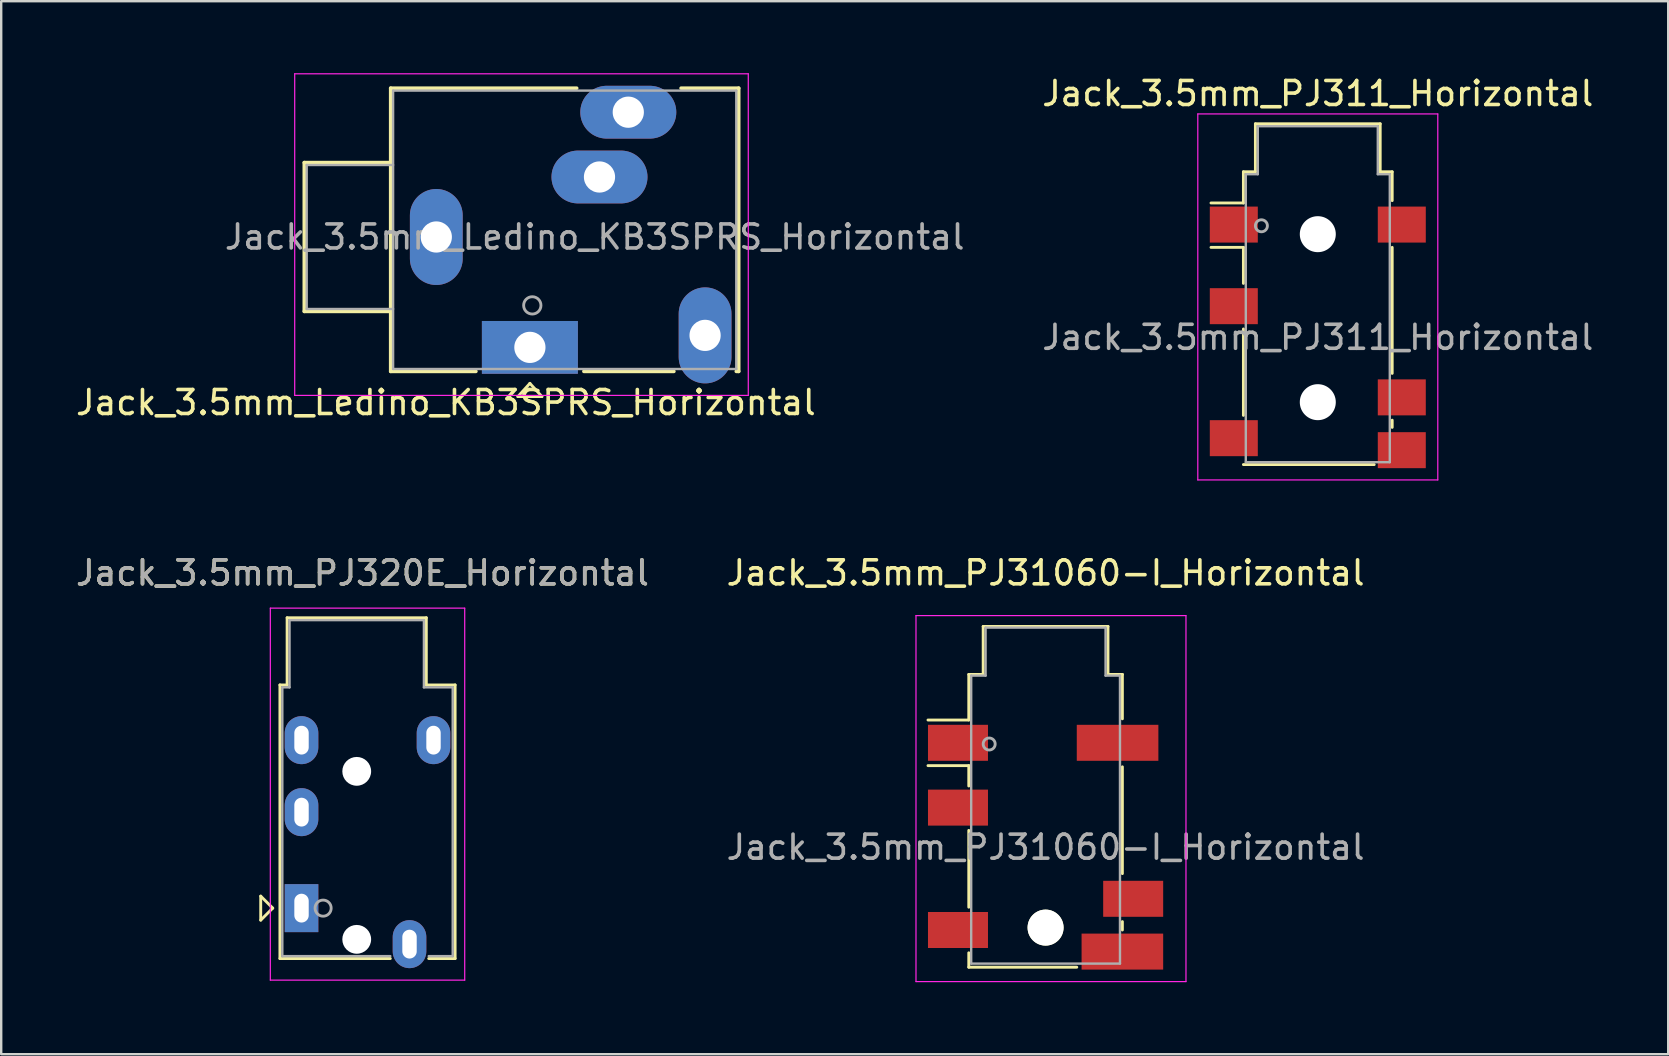
<source format=kicad_pcb>
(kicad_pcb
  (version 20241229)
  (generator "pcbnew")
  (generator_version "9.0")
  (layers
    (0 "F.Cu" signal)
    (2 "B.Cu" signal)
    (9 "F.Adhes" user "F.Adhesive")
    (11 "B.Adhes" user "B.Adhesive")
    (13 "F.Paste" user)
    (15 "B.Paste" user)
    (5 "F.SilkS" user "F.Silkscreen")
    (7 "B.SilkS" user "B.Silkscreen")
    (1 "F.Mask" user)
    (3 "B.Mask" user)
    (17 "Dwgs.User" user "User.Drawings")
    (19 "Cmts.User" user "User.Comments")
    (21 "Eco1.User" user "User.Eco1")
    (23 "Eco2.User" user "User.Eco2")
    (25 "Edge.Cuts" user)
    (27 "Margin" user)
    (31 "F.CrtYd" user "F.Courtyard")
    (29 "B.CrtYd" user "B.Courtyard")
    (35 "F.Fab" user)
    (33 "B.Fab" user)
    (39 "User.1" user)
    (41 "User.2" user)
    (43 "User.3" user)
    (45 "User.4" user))
  (footprint "Jack_3.5mm_PJ320E_Horizontal"
    (layer "F.Cu")
    (at 9.514 34.791)
    (property "Reference" "Jack_3.5mm_PJ320E_Horizontal" (at 2.54 -13.97 0) (layer "F.SilkS") (effects (font (size 1 1) (thickness 0.15))))
    (attr through_hole)
    (fp_line (start -1.7 -0.5) (end -1.7 0.5) (stroke (width 0.12) (type solid)) (layer "F.SilkS"))
    (fp_line (start -1.7 0.5) (end -1.2 0) (stroke (width 0.12) (type solid)) (layer "F.SilkS"))
    (fp_line (start -1.2 0) (end -1.7 -0.5) (stroke (width 0.12) (type solid)) (layer "F.SilkS"))
    (fp_line (start -0.9 -9.3) (end -0.9 2.1) (stroke (width 0.12) (type solid)) (layer "F.SilkS"))
    (fp_line (start -0.9 -9.3) (end -0.6 -9.3) (stroke (width 0.12) (type solid)) (layer "F.SilkS"))
    (fp_line (start -0.9 2.1) (end 3.7 2.1) (stroke (width 0.12) (type solid)) (layer "F.SilkS"))
    (fp_line (start -0.6 -9.3) (end -0.6 -12.1) (stroke (width 0.12) (type solid)) (layer "F.SilkS"))
    (fp_line (start 5.2 -12.1) (end -0.6 -12.1) (stroke (width 0.12) (type solid)) (layer "F.SilkS"))
    (fp_line (start 5.2 -9.3) (end 5.2 -12.1) (stroke (width 0.12) (type solid)) (layer "F.SilkS"))
    (fp_line (start 5.2 -9.3) (end 6.4 -9.3) (stroke (width 0.12) (type solid)) (layer "F.SilkS"))
    (fp_line (start 6.4 -9.3) (end 6.4 2.1) (stroke (width 0.12) (type solid)) (layer "F.SilkS"))
    (fp_line (start 6.4 2.1) (end 5.3 2.1) (stroke (width 0.12) (type solid)) (layer "F.SilkS"))
    (fp_line (start -1.3 -12.5) (end -1.3 3) (stroke (width 0.05) (type solid)) (layer "F.CrtYd"))
    (fp_line (start -1.3 -12.5) (end 6.8 -12.5) (stroke (width 0.05) (type solid)) (layer "F.CrtYd"))
    (fp_line (start -1.3 3) (end 6.8 3) (stroke (width 0.05) (type solid)) (layer "F.CrtYd"))
    (fp_line (start 6.8 -12.5) (end 6.8 3) (stroke (width 0.05) (type solid)) (layer "F.CrtYd"))
    (fp_line (start -0.8 -9.2) (end -0.5 -9.2) (stroke (width 0.1) (type solid)) (layer "F.Fab"))
    (fp_line (start -0.8 2) (end -0.8 -9.2) (stroke (width 0.1) (type solid)) (layer "F.Fab"))
    (fp_line (start -0.5 -12) (end 5.1 -12) (stroke (width 0.1) (type solid)) (layer "F.Fab"))
    (fp_line (start -0.5 -9.2) (end -0.5 -12) (stroke (width 0.1) (type solid)) (layer "F.Fab"))
    (fp_line (start 3.7 2) (end -0.8 2) (stroke (width 0.1) (type solid)) (layer "F.Fab"))
    (fp_line (start 5.1 -12) (end 5.1 -9.2) (stroke (width 0.1) (type solid)) (layer "F.Fab"))
    (fp_line (start 5.1 -9.2) (end 6.3 -9.2) (stroke (width 0.1) (type solid)) (layer "F.Fab"))
    (fp_line (start 6.3 -9.2) (end 6.3 2) (stroke (width 0.1) (type solid)) (layer "F.Fab"))
    (fp_line (start 6.3 2) (end 5.3 2) (stroke (width 0.1) (type solid)) (layer "F.Fab"))
    (fp_circle (center 0.9 0) (end 1.2 0.15) (stroke (width 0.12) (type solid)) (fill no) (layer "F.Fab"))
    (fp_text user "${REFERENCE}" (at 2.54 -13.97 0) (layer "F.Fab") (effects (font (size 1 1) (thickness 0.15))))
    (pad "" np_thru_hole circle (at 2.3 -5.7 270) (size 1.2 1.2) (drill 1.2) (layers "*.Cu" "*.Mask"))
    (pad "" np_thru_hole circle (at 2.3 1.3 270) (size 1.2 1.2) (drill 1.2) (layers "*.Cu" "*.Mask"))
    (pad "1" thru_hole rect (at 0 0 270) (size 2 1.4) (drill oval 1.2 0.6) (layers "*.Cu" "*.Mask"))
    (pad "2" thru_hole oval (at 0 -4 270) (size 2 1.4) (drill oval 1.2 0.6) (layers "*.Cu" "*.Mask"))
    (pad "3" thru_hole oval (at 0 -7 270) (size 2 1.4) (drill oval 1.2 0.6) (layers "*.Cu" "*.Mask"))
    (pad "4" thru_hole oval (at 4.5 1.5 270) (size 2 1.4) (drill oval 1.2 0.6) (layers "*.Cu" "*.Mask"))
    (pad "5" thru_hole oval (at 5.5 -7 270) (size 2 1.4) (drill oval 1.2 0.6) (layers "*.Cu" "*.Mask")))
  (footprint "Jack_3.5mm_PJ31060-I_Horizontal"
    (layer "F.Cu")
    (at 40.518 32.252)
    (property "Reference" "Jack_3.5mm_PJ31060-I_Horizontal" (at 0 -11.43 0) (layer "F.SilkS") (effects (font (size 1 1) (thickness 0.15))))
    (attr smd)
    (fp_line (start -4.9 -3.4) (end -3.2 -3.4) (stroke (width 0.12) (type solid)) (layer "F.SilkS"))
    (fp_line (start -3.2 -7.2) (end -2.6 -7.2) (stroke (width 0.12) (type solid)) (layer "F.SilkS"))
    (fp_line (start -3.2 -5.3) (end -4.9 -5.3) (stroke (width 0.12) (type solid)) (layer "F.SilkS"))
    (fp_line (start -3.2 -5.3) (end -3.2 -7.2) (stroke (width 0.12) (type solid)) (layer "F.SilkS"))
    (fp_line (start -3.2 -2.55) (end -3.2 -3.4) (stroke (width 0.12) (type solid)) (layer "F.SilkS"))
    (fp_line (start -3.2 2.5) (end -3.2 -0.7) (stroke (width 0.12) (type solid)) (layer "F.SilkS"))
    (fp_line (start -3.2 5) (end -3.2 4.4) (stroke (width 0.12) (type solid)) (layer "F.SilkS"))
    (fp_line (start -2.6 -9.2) (end 2.6 -9.2) (stroke (width 0.12) (type solid)) (layer "F.SilkS"))
    (fp_line (start -2.6 -7.2) (end -2.6 -9.2) (stroke (width 0.12) (type solid)) (layer "F.SilkS"))
    (fp_line (start 1.3 5) (end -3.2 5) (stroke (width 0.12) (type solid)) (layer "F.SilkS"))
    (fp_line (start 2.6 -9.2) (end 2.6 -7.2) (stroke (width 0.12) (type solid)) (layer "F.SilkS"))
    (fp_line (start 2.6 -7.2) (end 3.2 -7.2) (stroke (width 0.12) (type solid)) (layer "F.SilkS"))
    (fp_line (start 3.2 -7.2) (end 3.2 -5.35) (stroke (width 0.12) (type solid)) (layer "F.SilkS"))
    (fp_line (start 3.2 -3.35) (end 3.2 1.1) (stroke (width 0.12) (type solid)) (layer "F.SilkS"))
    (fp_line (start 3.2 3.1) (end 3.2 3.45) (stroke (width 0.12) (type solid)) (layer "F.SilkS"))
    (fp_line (start -5.4 -9.65) (end -5.4 5.6) (stroke (width 0.05) (type solid)) (layer "F.CrtYd"))
    (fp_line (start -5.4 -9.65) (end 5.85 -9.65) (stroke (width 0.05) (type solid)) (layer "F.CrtYd"))
    (fp_line (start 5.85 5.6) (end -5.4 5.6) (stroke (width 0.05) (type solid)) (layer "F.CrtYd"))
    (fp_line (start 5.85 5.6) (end 5.85 -9.65) (stroke (width 0.05) (type solid)) (layer "F.CrtYd"))
    (fp_line (start -3.1 -7.15) (end -3.1 4.85) (stroke (width 0.1) (type solid)) (layer "F.Fab"))
    (fp_line (start -2.5 -9.15) (end -2.5 -7.15) (stroke (width 0.1) (type solid)) (layer "F.Fab"))
    (fp_line (start -2.5 -7.15) (end -3.1 -7.15) (stroke (width 0.1) (type solid)) (layer "F.Fab"))
    (fp_line (start 2.5 -9.15) (end -2.5 -9.15) (stroke (width 0.1) (type solid)) (layer "F.Fab"))
    (fp_line (start 2.5 -7.15) (end 2.5 -9.15) (stroke (width 0.1) (type solid)) (layer "F.Fab"))
    (fp_line (start 2.5 -7.15) (end 3.1 -7.15) (stroke (width 0.1) (type solid)) (layer "F.Fab"))
    (fp_line (start 3.1 -7.15) (end 3.1 4.85) (stroke (width 0.1) (type solid)) (layer "F.Fab"))
    (fp_line (start 3.1 4.85) (end -3.1 4.85) (stroke (width 0.1) (type solid)) (layer "F.Fab"))
    (fp_circle (center -2.35 -4.3) (end -2.1 -4.3) (stroke (width 0.12) (type solid)) (fill no) (layer "F.Fab"))
    (fp_text user "${REFERENCE}" (at 0 0 0) (layer "F.Fab") (effects (font (size 1 1) (thickness 0.15))))
    (pad "" np_thru_hole circle (at 0 3.35) (size 1.5 1.5) (drill 1.5) (layers "*.Cu" "*.Mask" "F.SilkS"))
    (pad "1" smd rect (at -3.65 -4.35) (size 2.5 1.5) (layers "F.Cu" "F.Mask" "F.Paste"))
    (pad "2" smd rect (at 3.65 2.15) (size 2.5 1.5) (layers "F.Cu" "F.Mask" "F.Paste"))
    (pad "3" smd rect (at -3.65 -1.65) (size 2.5 1.5) (layers "F.Cu" "F.Mask" "F.Paste"))
    (pad "4" smd rect (at 3 -4.35) (size 3.4 1.5) (layers "F.Cu" "F.Mask" "F.Paste"))
    (pad "5" smd rect (at 3.2 4.35) (size 3.4 1.5) (layers "F.Cu" "F.Mask" "F.Paste"))
    (pad "6" smd rect (at -3.65 3.45) (size 2.5 1.5) (layers "F.Cu" "F.Mask" "F.Paste")))
  (footprint "Jack_3.5mm_PJ311_Horizontal"
    (layer "F.Cu")
    (at 51.861 11.008)
    (property "Reference" "Jack_3.5mm_PJ311_Horizontal" (at 0 -10.16 0) (layer "F.SilkS") (effects (font (size 1 1) (thickness 0.15))))
    (attr smd)
    (fp_line (start -3.1 -6.9) (end -2.6 -6.9) (stroke (width 0.12) (type solid)) (layer "F.SilkS"))
    (fp_line (start -3.1 -5.6) (end -4.45 -5.6) (stroke (width 0.12) (type solid)) (layer "F.SilkS"))
    (fp_line (start -3.1 -5.6) (end -3.1 -6.9) (stroke (width 0.12) (type solid)) (layer "F.SilkS"))
    (fp_line (start -3.1 -3.75) (end -4.45 -3.75) (stroke (width 0.12) (type solid)) (layer "F.SilkS"))
    (fp_line (start -3.1 -2.25) (end -3.1 -3.75) (stroke (width 0.12) (type solid)) (layer "F.SilkS"))
    (fp_line (start -3.1 3.25) (end -3.1 -0.35) (stroke (width 0.12) (type solid)) (layer "F.SilkS"))
    (fp_line (start -2.6 -8.9) (end 2.6 -8.9) (stroke (width 0.12) (type solid)) (layer "F.SilkS"))
    (fp_line (start -2.6 -6.9) (end -2.6 -8.9) (stroke (width 0.12) (type solid)) (layer "F.SilkS"))
    (fp_line (start 2.35 5.3) (end -3.1 5.3) (stroke (width 0.12) (type solid)) (layer "F.SilkS"))
    (fp_line (start 2.6 -8.9) (end 2.6 -6.9) (stroke (width 0.12) (type solid)) (layer "F.SilkS"))
    (fp_line (start 2.6 -6.9) (end 3.1 -6.9) (stroke (width 0.12) (type solid)) (layer "F.SilkS"))
    (fp_line (start 3.1 -6.9) (end 3.1 -5.7) (stroke (width 0.12) (type solid)) (layer "F.SilkS"))
    (fp_line (start 3.1 -3.75) (end 3.1 1.5) (stroke (width 0.12) (type solid)) (layer "F.SilkS"))
    (fp_line (start 3.1 3.45) (end 3.1 3.75) (stroke (width 0.12) (type solid)) (layer "F.SilkS"))
    (fp_line (start -5 -9.31) (end -5 5.94) (stroke (width 0.05) (type solid)) (layer "F.CrtYd"))
    (fp_line (start -5 -9.31) (end 5 -9.31) (stroke (width 0.05) (type solid)) (layer "F.CrtYd"))
    (fp_line (start -5 5.94) (end 5 5.94) (stroke (width 0.05) (type solid)) (layer "F.CrtYd"))
    (fp_line (start 5 5.94) (end 5 -9.31) (stroke (width 0.05) (type solid)) (layer "F.CrtYd"))
    (fp_line (start -3 -6.8) (end -3 5.2) (stroke (width 0.1) (type solid)) (layer "F.Fab"))
    (fp_line (start -3 5.2) (end 3 5.2) (stroke (width 0.1) (type solid)) (layer "F.Fab"))
    (fp_line (start -2.5 -8.8) (end -2.5 -6.8) (stroke (width 0.1) (type solid)) (layer "F.Fab"))
    (fp_line (start -2.5 -6.8) (end -3 -6.8) (stroke (width 0.1) (type solid)) (layer "F.Fab"))
    (fp_line (start 2.5 -8.8) (end -2.5 -8.8) (stroke (width 0.1) (type solid)) (layer "F.Fab"))
    (fp_line (start 2.5 -6.8) (end 2.5 -8.8) (stroke (width 0.1) (type solid)) (layer "F.Fab"))
    (fp_line (start 3 -6.8) (end 2.5 -6.8) (stroke (width 0.1) (type solid)) (layer "F.Fab"))
    (fp_line (start 3 5.2) (end 3 -6.8) (stroke (width 0.1) (type solid)) (layer "F.Fab"))
    (fp_circle (center -2.35 -4.65) (end -2.1 -4.65) (stroke (width 0.12) (type solid)) (fill no) (layer "F.Fab"))
    (fp_text user "${REFERENCE}" (at 0 0 0) (layer "F.Fab") (effects (font (size 1 1) (thickness 0.15))))
    (pad "" np_thru_hole circle (at 0 -4.3) (size 1.5 1.5) (drill 1.5) (layers "*.Cu" "*.Mask"))
    (pad "" np_thru_hole circle (at 0 2.7) (size 1.5 1.5) (drill 1.5) (layers "*.Cu" "*.Mask"))
    (pad "1" smd rect (at -3.5 -4.7) (size 2 1.5) (layers "F.Cu" "F.Mask" "F.Paste"))
    (pad "2" smd rect (at 3.5 -4.7) (size 2 1.5) (layers "F.Cu" "F.Mask" "F.Paste"))
    (pad "3" smd rect (at -3.5 -1.3) (size 2 1.5) (layers "F.Cu" "F.Mask" "F.Paste"))
    (pad "4" smd rect (at 3.5 2.5) (size 2 1.5) (layers "F.Cu" "F.Mask" "F.Paste"))
    (pad "5" smd rect (at 3.5 4.7) (size 2 1.5) (layers "F.Cu" "F.Mask" "F.Paste"))
    (pad "6" smd rect (at -3.5 4.2) (size 2 1.5) (layers "F.Cu" "F.Mask" "F.Paste")))
  (footprint "Jack_3.5mm_Ledino_KB3SPRS_Horizontal"
    (layer "F.Cu")
    (at 19.03 11.425)
    (property "Reference" "Jack_3.5mm_Ledino_KB3SPRS_Horizontal" (at -3.5 2.3 0) (layer "F.SilkS") (effects (font (size 1 1) (thickness 0.15))))
    (attr through_hole)
    (fp_line (start -9.4 -7.7) (end -9.4 -1.5) (stroke (width 0.15) (type solid)) (layer "F.SilkS"))
    (fp_line (start -9.4 -1.5) (end -5.8 -1.5) (stroke (width 0.15) (type solid)) (layer "F.SilkS"))
    (fp_line (start -5.8 -10.8) (end 1.95 -10.8) (stroke (width 0.15) (type solid)) (layer "F.SilkS"))
    (fp_line (start -5.8 -7.7) (end -9.4 -7.7) (stroke (width 0.15) (type solid)) (layer "F.SilkS"))
    (fp_line (start -5.8 1) (end -5.8 -10.8) (stroke (width 0.15) (type solid)) (layer "F.SilkS"))
    (fp_line (start -2.25 1) (end -5.8 1) (stroke (width 0.15) (type solid)) (layer "F.SilkS"))
    (fp_line (start -0.5 2.05) (end 0.5 2.05) (stroke (width 0.12) (type solid)) (layer "F.SilkS"))
    (fp_line (start 0 1.5) (end -0.5 2.05) (stroke (width 0.12) (type solid)) (layer "F.SilkS"))
    (fp_line (start 0.5 2.05) (end 0 1.5) (stroke (width 0.12) (type solid)) (layer "F.SilkS"))
    (fp_line (start 6 1) (end 2.25 1) (stroke (width 0.15) (type solid)) (layer "F.SilkS"))
    (fp_line (start 6.3 -10.8) (end 8.7 -10.8) (stroke (width 0.15) (type solid)) (layer "F.SilkS"))
    (fp_line (start 8.7 -10.8) (end 8.7 1) (stroke (width 0.15) (type solid)) (layer "F.SilkS"))
    (fp_line (start 8.7 1) (end 8.6 1) (stroke (width 0.15) (type solid)) (layer "F.SilkS"))
    (fp_line (start -9.8 -11.4) (end -9.8 2) (stroke (width 0.05) (type solid)) (layer "F.CrtYd"))
    (fp_line (start -9.8 2) (end 9.1 2) (stroke (width 0.05) (type solid)) (layer "F.CrtYd"))
    (fp_line (start 9.1 -11.4) (end -9.8 -11.4) (stroke (width 0.05) (type solid)) (layer "F.CrtYd"))
    (fp_line (start 9.1 2) (end 9.1 -11.4) (stroke (width 0.05) (type solid)) (layer "F.CrtYd"))
    (fp_line (start -9.3 -7.6) (end -9.3 -1.6) (stroke (width 0.1) (type solid)) (layer "F.Fab"))
    (fp_line (start -9.3 -7.6) (end -5.7 -7.6) (stroke (width 0.1) (type solid)) (layer "F.Fab"))
    (fp_line (start -9.3 -1.6) (end -5.7 -1.6) (stroke (width 0.1) (type solid)) (layer "F.Fab"))
    (fp_line (start -5.7 -10.7) (end -5.7 0.9) (stroke (width 0.1) (type solid)) (layer "F.Fab"))
    (fp_line (start -5.7 0.9) (end 8.6 0.9) (stroke (width 0.1) (type solid)) (layer "F.Fab"))
    (fp_line (start 8.6 -10.7) (end -5.7 -10.7) (stroke (width 0.1) (type solid)) (layer "F.Fab"))
    (fp_line (start 8.6 0.9) (end 8.6 -10.7) (stroke (width 0.1) (type solid)) (layer "F.Fab"))
    (fp_circle (center 0.1 -1.75) (end 0.4 -1.55) (stroke (width 0.12) (type solid)) (fill no) (layer "F.Fab"))
    (fp_text user "${REFERENCE}" (at 2.7 -4.6 0) (layer "F.Fab") (effects (font (size 1 1) (thickness 0.15))))
    (pad "R" thru_hole oval (at 4.1 -9.8) (size 4 2.2) (drill 1.3) (layers "*.Cu" "*.Mask"))
    (pad "RN" thru_hole oval (at 2.9 -7.1) (size 4 2.2) (drill 1.3) (layers "*.Cu" "*.Mask"))
    (pad "S" thru_hole oval (at -3.9 -4.6) (size 2.2 4) (drill 1.3) (layers "*.Cu" "*.Mask"))
    (pad "T" thru_hole rect (at 0 0) (size 4 2.2) (drill 1.3) (layers "*.Cu" "*.Mask"))
    (pad "TN" thru_hole oval (at 7.3 -0.5 90) (size 4 2.2) (drill 1.3) (layers "*.Cu" "*.Mask")))
  (gr_rect
    (start -3 -3)
    (end 66.462 40.877)
    (stroke (width 0.1) (type default))
    (fill no)
    (layer "Edge.Cuts")))
</source>
